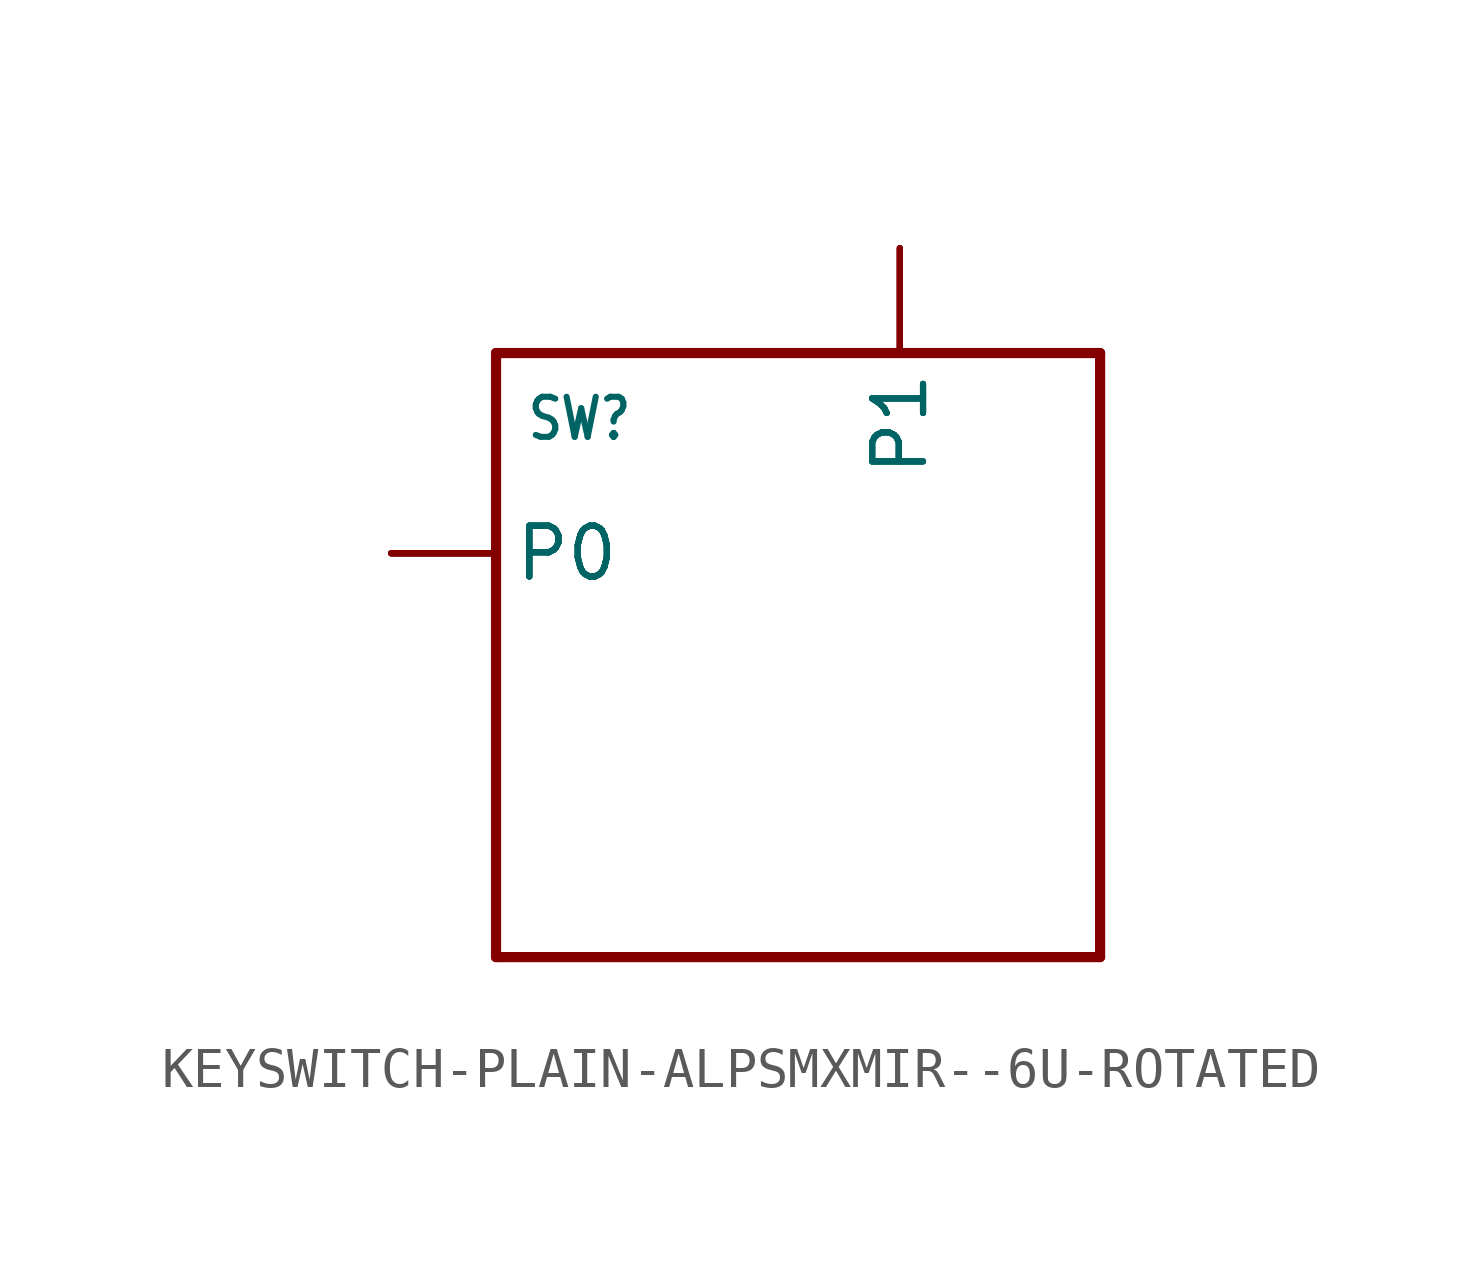
<source format=kicad_sym>
(kicad_symbol_lib
  (version 20211014)
  (generator kicad_symbol_editor)
  (symbol "KEYSWITCH-PLAIN-ALPSMXMIR--6U-ROTATED"
    (property "Reference" "SW"
      (at -6.81 5.318 0)
      (effects (font (size 1 0.85)) (justify left bottom)))
    (property "ki_locked" ""
      (at 0 0 0)
      (effects (font (size 1.27 1.27))))
    (symbol "KEYSWITCH-PLAIN-ALPSMXMIR--6U-ROTATED_1_0"
      (polyline (pts (xy -7.54 -7.54) (xy -7.54 7.54)) (stroke (width 0.254) (type default) (color 0 0 0 0)) (fill (type none)))
      (polyline (pts (xy -7.54 7.54) (xy 7.54 7.54)) (stroke (width 0.254) (type default) (color 0 0 0 0)) (fill (type none)))
      (polyline (pts (xy 7.54 -7.54) (xy -7.54 -7.54)) (stroke (width 0.254) (type default) (color 0 0 0 0)) (fill (type none)))
      (polyline (pts (xy 7.54 7.54) (xy 7.54 -7.54)) (stroke (width 0.254) (type default) (color 0 0 0 0)) (fill (type none)))
      (pin bidirectional line (at -10.16 2.54 0) (length 2.54) (name "P0" (effects (font (size 1.27 1.27)))) (number "ALPS1" (effects (font (size 0 0)))))
      (pin bidirectional line (at 2.54 10.16 270) (length 2.54) (name "P1" (effects (font (size 1.27 1.27)))) (number "ALPS2" (effects (font (size 0 0)))))
      (pin bidirectional line (at -10.16 2.54 0) (length 2.54) (name "P0" (effects (font (size 1.27 1.27)))) (number "ALPS3" (effects (font (size 0 0)))))
      (pin bidirectional line (at 2.54 10.16 270) (length 2.54) (name "P1" (effects (font (size 1.27 1.27)))) (number "ALPS4" (effects (font (size 0 0)))))
      (pin bidirectional line (at -10.16 2.54 0) (length 2.54) (name "P0" (effects (font (size 1.27 1.27)))) (number "MX1" (effects (font (size 0 0)))))
      (pin bidirectional line (at 2.54 10.16 270) (length 2.54) (name "P1" (effects (font (size 1.27 1.27)))) (number "MX2" (effects (font (size 0 0)))))
      (pin bidirectional line (at -10.16 2.54 0) (length 2.54) (name "P0" (effects (font (size 1.27 1.27)))) (number "MX3" (effects (font (size 0 0)))))
      (pin bidirectional line (at 2.54 10.16 270) (length 2.54) (name "P1" (effects (font (size 1.27 1.27)))) (number "MX4" (effects (font (size 0 0))))))))
</source>
